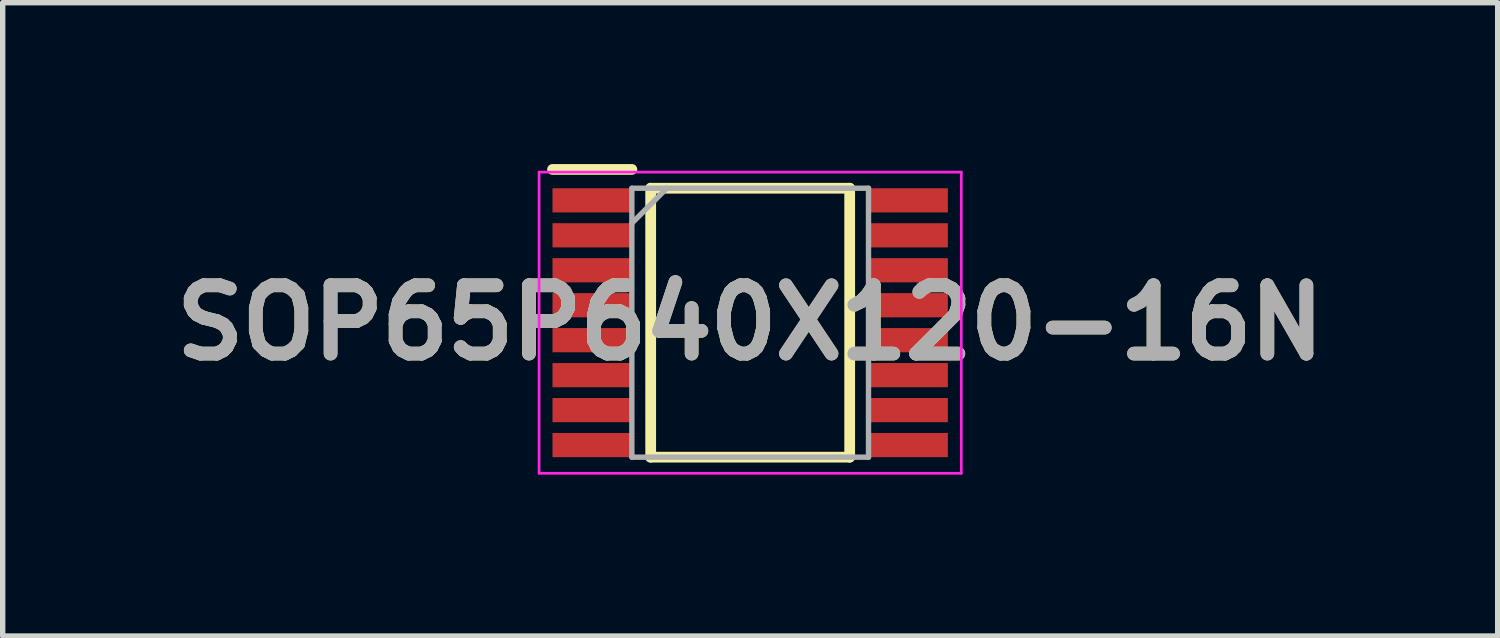
<source format=kicad_pcb>
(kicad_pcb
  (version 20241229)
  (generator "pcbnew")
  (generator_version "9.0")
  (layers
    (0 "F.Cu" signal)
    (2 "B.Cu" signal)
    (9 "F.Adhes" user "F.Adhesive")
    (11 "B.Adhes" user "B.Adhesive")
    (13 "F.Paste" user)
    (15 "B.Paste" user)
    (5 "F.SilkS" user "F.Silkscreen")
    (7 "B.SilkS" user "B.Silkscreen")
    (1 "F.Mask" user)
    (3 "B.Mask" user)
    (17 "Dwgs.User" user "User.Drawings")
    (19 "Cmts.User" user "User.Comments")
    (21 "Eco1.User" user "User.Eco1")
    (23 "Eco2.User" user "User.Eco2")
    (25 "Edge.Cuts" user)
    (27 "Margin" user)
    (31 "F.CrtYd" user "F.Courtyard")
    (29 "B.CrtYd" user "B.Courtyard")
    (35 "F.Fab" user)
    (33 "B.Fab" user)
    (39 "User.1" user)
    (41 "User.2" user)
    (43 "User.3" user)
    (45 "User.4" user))
  (footprint "SOP65P640X120-16N"
    (layer "F.Cu")
    (at 10.898 2.95)
    (property "Reference" "SOP65P640X120-16N" (at 0 0 0) (layer "F.SilkS") (effects (font (size 1.27 1.27) (thickness 0.254))))
    (attr smd)
    (fp_line (start -3.675 -2.85) (end -2.2 -2.85) (stroke (width 0.2) (type solid)) (layer "F.SilkS"))
    (fp_line (start -1.85 -2.5) (end 1.85 -2.5) (stroke (width 0.2) (type solid)) (layer "F.SilkS"))
    (fp_line (start -1.85 2.5) (end -1.85 -2.5) (stroke (width 0.2) (type solid)) (layer "F.SilkS"))
    (fp_line (start 1.85 -2.5) (end 1.85 2.5) (stroke (width 0.2) (type solid)) (layer "F.SilkS"))
    (fp_line (start 1.85 2.5) (end -1.85 2.5) (stroke (width 0.2) (type solid)) (layer "F.SilkS"))
    (fp_line (start -3.925 -2.8) (end 3.925 -2.8) (stroke (width 0.05) (type solid)) (layer "F.CrtYd"))
    (fp_line (start -3.925 2.8) (end -3.925 -2.8) (stroke (width 0.05) (type solid)) (layer "F.CrtYd"))
    (fp_line (start 3.925 -2.8) (end 3.925 2.8) (stroke (width 0.05) (type solid)) (layer "F.CrtYd"))
    (fp_line (start 3.925 2.8) (end -3.925 2.8) (stroke (width 0.05) (type solid)) (layer "F.CrtYd"))
    (fp_line (start -2.2 -2.5) (end 2.2 -2.5) (stroke (width 0.1) (type solid)) (layer "F.Fab"))
    (fp_line (start -2.2 -1.85) (end -1.55 -2.5) (stroke (width 0.1) (type solid)) (layer "F.Fab"))
    (fp_line (start -2.2 2.5) (end -2.2 -2.5) (stroke (width 0.1) (type solid)) (layer "F.Fab"))
    (fp_line (start 2.2 -2.5) (end 2.2 2.5) (stroke (width 0.1) (type solid)) (layer "F.Fab"))
    (fp_line (start 2.2 2.5) (end -2.2 2.5) (stroke (width 0.1) (type solid)) (layer "F.Fab"))
    (fp_text user "${REFERENCE}" (at 0 0 0) (layer "F.Fab") (effects (font (size 1.27 1.27) (thickness 0.254))))
    (pad "1" smd rect (at -2.938 -2.275 90) (size 0.45 1.475) (layers "F.Cu" "F.Mask" "F.Paste"))
    (pad "2" smd rect (at -2.938 -1.625 90) (size 0.45 1.475) (layers "F.Cu" "F.Mask" "F.Paste"))
    (pad "3" smd rect (at -2.938 -0.975 90) (size 0.45 1.475) (layers "F.Cu" "F.Mask" "F.Paste"))
    (pad "4" smd rect (at -2.938 -0.325 90) (size 0.45 1.475) (layers "F.Cu" "F.Mask" "F.Paste"))
    (pad "5" smd rect (at -2.938 0.325 90) (size 0.45 1.475) (layers "F.Cu" "F.Mask" "F.Paste"))
    (pad "6" smd rect (at -2.938 0.975 90) (size 0.45 1.475) (layers "F.Cu" "F.Mask" "F.Paste"))
    (pad "7" smd rect (at -2.938 1.625 90) (size 0.45 1.475) (layers "F.Cu" "F.Mask" "F.Paste"))
    (pad "8" smd rect (at -2.938 2.275 90) (size 0.45 1.475) (layers "F.Cu" "F.Mask" "F.Paste"))
    (pad "9" smd rect (at 2.938 2.275 90) (size 0.45 1.475) (layers "F.Cu" "F.Mask" "F.Paste"))
    (pad "10" smd rect (at 2.938 1.625 90) (size 0.45 1.475) (layers "F.Cu" "F.Mask" "F.Paste"))
    (pad "11" smd rect (at 2.938 0.975 90) (size 0.45 1.475) (layers "F.Cu" "F.Mask" "F.Paste"))
    (pad "12" smd rect (at 2.938 0.325 90) (size 0.45 1.475) (layers "F.Cu" "F.Mask" "F.Paste"))
    (pad "13" smd rect (at 2.938 -0.325 90) (size 0.45 1.475) (layers "F.Cu" "F.Mask" "F.Paste"))
    (pad "14" smd rect (at 2.938 -0.975 90) (size 0.45 1.475) (layers "F.Cu" "F.Mask" "F.Paste"))
    (pad "15" smd rect (at 2.938 -1.625 90) (size 0.45 1.475) (layers "F.Cu" "F.Mask" "F.Paste"))
    (pad "16" smd rect (at 2.938 -2.275 90) (size 0.45 1.475) (layers "F.Cu" "F.Mask" "F.Paste")))
  (gr_rect
    (start -3 -3)
    (end 24.796 8.775)
    (stroke (width 0.1) (type default))
    (fill no)
    (layer "Edge.Cuts")))
</source>
